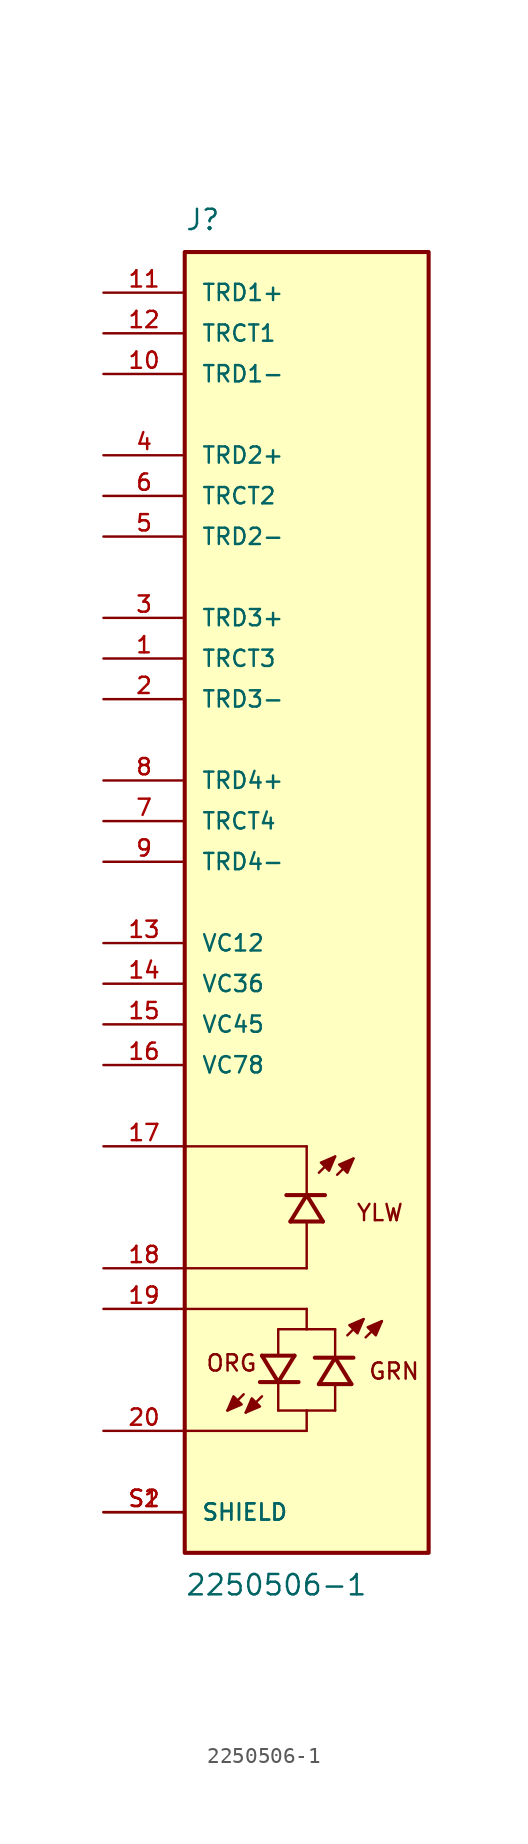
<source format=kicad_sym>
(kicad_symbol_lib
  (version 20211014)
  (generator kicad_symbol_editor)
  (symbol "2250506-1"
    (pin_names
      (offset 1.016))
    (property "Reference" "J"
      (at -7.62 41.91 0)
      (effects (font (size 1.27 1.27)) (justify bottom left)))
    (property "Value" "2250506-1"
      (at -7.62 -41.91 0)
      (effects (font (size 1.27 1.27)) (justify top left)))
    (symbol "2250506-1_0_0"
      (polyline (pts (xy 0.762 -16.891) (xy 1.778 -15.875)) (stroke (width 0.152)))
      (polyline (pts (xy 1.905 -17.018) (xy 2.921 -16.002)) (stroke (width 0.152)))
      (polyline (pts (xy 1.778 -15.875) (xy 0.889 -16.256) (xy 1.397 -16.764) (xy 1.778 -15.875)) (stroke (width 0.152)) (fill (type outline)))
      (polyline (pts (xy 2.921 -16.002) (xy 2.032 -16.383) (xy 2.54 -16.891) (xy 2.921 -16.002)) (stroke (width 0.152)) (fill (type outline)))
      (polyline (pts (xy 1.016 -19.939) (xy 0.0 -18.288)) (stroke (width 0.254)))
      (polyline (pts (xy 0.0 -18.288) (xy -1.016 -19.939)) (stroke (width 0.254)))
      (polyline (pts (xy 1.143 -18.288) (xy 0.0 -18.288)) (stroke (width 0.254)))
      (polyline (pts (xy 0.0 -18.288) (xy -1.27 -18.288)) (stroke (width 0.254)))
      (polyline (pts (xy 1.016 -19.939) (xy -1.016 -19.939)) (stroke (width 0.254)))
      (polyline (pts (xy 0.0 -22.86) (xy 0.0 -20.066)) (stroke (width 0.152)))
      (polyline (pts (xy 0.0 -18.161) (xy 0.0 -15.24)) (stroke (width 0.152)))
      (polyline (pts (xy 0.0 -15.24) (xy -7.62 -15.24)) (stroke (width 0.152)))
      (polyline (pts (xy 0.0 -22.86) (xy -7.62 -22.86)) (stroke (width 0.152)))
      (text "YLW" (at 3.048 -18.796 0) (effects (font (size 1.016 1.016)) (justify top left)))
      (polyline (pts (xy 0.0 -25.4) (xy -7.62 -25.4)) (stroke (width 0.152)))
      (polyline (pts (xy 0.0 -33.02) (xy -7.62 -33.02)) (stroke (width 0.152)))
      (polyline (pts (xy -2.794 -28.321) (xy -1.778 -29.972)) (stroke (width 0.254)))
      (polyline (pts (xy -1.778 -29.972) (xy -0.762 -28.321)) (stroke (width 0.254)))
      (polyline (pts (xy -2.921 -29.972) (xy -1.778 -29.972)) (stroke (width 0.254)))
      (polyline (pts (xy -1.778 -29.972) (xy -0.508 -29.972)) (stroke (width 0.254)))
      (polyline (pts (xy -2.794 -28.321) (xy -0.762 -28.321)) (stroke (width 0.254)))
      (polyline (pts (xy 2.54 -27.051) (xy 3.556 -26.035)) (stroke (width 0.152)))
      (polyline (pts (xy 3.683 -27.178) (xy 4.699 -26.162)) (stroke (width 0.152)))
      (polyline (pts (xy -1.778 -26.67) (xy -1.778 -28.194)) (stroke (width 0.152)))
      (polyline (pts (xy -1.778 -30.099) (xy -1.778 -31.75)) (stroke (width 0.152)))
      (polyline (pts (xy -2.794 -30.861) (xy -3.81 -31.877)) (stroke (width 0.152)))
      (polyline (pts (xy -3.937 -30.734) (xy -4.953 -31.75)) (stroke (width 0.152)))
      (polyline (pts (xy 3.556 -26.035) (xy 2.667 -26.416) (xy 3.175 -26.924) (xy 3.556 -26.035)) (stroke (width 0.152)) (fill (type outline)))
      (polyline (pts (xy 4.699 -26.162) (xy 3.81 -26.543) (xy 4.318 -27.051) (xy 4.699 -26.162)) (stroke (width 0.152)) (fill (type outline)))
      (polyline (pts (xy -3.81 -31.877) (xy -2.921 -31.496) (xy -3.429 -30.988) (xy -3.81 -31.877)) (stroke (width 0.152)) (fill (type outline)))
      (polyline (pts (xy -4.953 -31.75) (xy -4.064 -31.369) (xy -4.572 -30.861) (xy -4.953 -31.75)) (stroke (width 0.152)) (fill (type outline)))
      (polyline (pts (xy 2.794 -30.099) (xy 1.778 -28.448)) (stroke (width 0.254)))
      (polyline (pts (xy 1.778 -28.448) (xy 0.762 -30.099)) (stroke (width 0.254)))
      (polyline (pts (xy 2.921 -28.448) (xy 1.778 -28.448)) (stroke (width 0.254)))
      (polyline (pts (xy 1.778 -28.448) (xy 0.508 -28.448)) (stroke (width 0.254)))
      (polyline (pts (xy 2.794 -30.099) (xy 0.762 -30.099)) (stroke (width 0.254)))
      (polyline (pts (xy 1.778 -31.75) (xy 1.778 -30.226)) (stroke (width 0.152)))
      (polyline (pts (xy 1.778 -28.321) (xy 1.778 -26.67)) (stroke (width 0.152)))
      (polyline (pts (xy -1.778 -26.67) (xy 0.0 -26.67)) (stroke (width 0.152)))
      (polyline (pts (xy 0.0 -26.67) (xy 1.778 -26.67)) (stroke (width 0.152)))
      (polyline (pts (xy -1.778 -31.75) (xy 0.0 -31.75)) (stroke (width 0.152)))
      (polyline (pts (xy 0.0 -31.75) (xy 1.778 -31.75)) (stroke (width 0.152)))
      (polyline (pts (xy 0.0 -26.67) (xy 0.0 -25.4)) (stroke (width 0.152)))
      (polyline (pts (xy 0.0 -31.75) (xy 0.0 -33.02)) (stroke (width 0.152)))
      (text "ORG" (at -6.35 -28.194 0) (effects (font (size 1.016 1.016)) (justify top left)))
      (text "GRN" (at 3.81 -28.702 0) (effects (font (size 1.016 1.016)) (justify top left)))
      (rectangle (start -7.62 -40.64) (end 7.62 40.64) (stroke (width 0.254)) (fill (type background)))
      (pin passive line (at -12.7 33.02 0) (length 5.08) (name "TRD1-" (effects (font (size 1.016 1.016)))) (number "10" (effects (font (size 1.016 1.016)))))
      (pin passive line (at -12.7 38.1 0) (length 5.08) (name "TRD1+" (effects (font (size 1.016 1.016)))) (number "11" (effects (font (size 1.016 1.016)))))
      (pin passive line (at -12.7 22.86 0) (length 5.08) (name "TRD2-" (effects (font (size 1.016 1.016)))) (number "5" (effects (font (size 1.016 1.016)))))
      (pin passive line (at -12.7 27.94 0) (length 5.08) (name "TRD2+" (effects (font (size 1.016 1.016)))) (number "4" (effects (font (size 1.016 1.016)))))
      (pin passive line (at -12.7 12.7 0) (length 5.08) (name "TRD3-" (effects (font (size 1.016 1.016)))) (number "2" (effects (font (size 1.016 1.016)))))
      (pin passive line (at -12.7 17.78 0) (length 5.08) (name "TRD3+" (effects (font (size 1.016 1.016)))) (number "3" (effects (font (size 1.016 1.016)))))
      (pin passive line (at -12.7 2.54 0) (length 5.08) (name "TRD4-" (effects (font (size 1.016 1.016)))) (number "9" (effects (font (size 1.016 1.016)))))
      (pin passive line (at -12.7 7.62 0) (length 5.08) (name "TRD4+" (effects (font (size 1.016 1.016)))) (number "8" (effects (font (size 1.016 1.016)))))
      (pin passive line (at -12.7 -22.86 0) (length 5.08) (name "~" (effects (font (size 1.016 1.016)))) (number "18" (effects (font (size 1.016 1.016)))))
      (pin passive line (at -12.7 -15.24 0) (length 5.08) (name "~" (effects (font (size 1.016 1.016)))) (number "17" (effects (font (size 1.016 1.016)))))
      (pin passive line (at -12.7 35.56 0) (length 5.08) (name "TRCT1" (effects (font (size 1.016 1.016)))) (number "12" (effects (font (size 1.016 1.016)))))
      (pin passive line (at -12.7 -38.1 0) (length 5.08) (name "SHIELD" (effects (font (size 1.016 1.016)))) (number "S1" (effects (font (size 1.016 1.016)))))
      (pin passive line (at -12.7 -38.1 0) (length 5.08) (name "SHIELD" (effects (font (size 1.016 1.016)))) (number "S2" (effects (font (size 1.016 1.016)))))
      (pin passive line (at -12.7 25.4 0) (length 5.08) (name "TRCT2" (effects (font (size 1.016 1.016)))) (number "6" (effects (font (size 1.016 1.016)))))
      (pin passive line (at -12.7 15.24 0) (length 5.08) (name "TRCT3" (effects (font (size 1.016 1.016)))) (number "1" (effects (font (size 1.016 1.016)))))
      (pin passive line (at -12.7 5.08 0) (length 5.08) (name "TRCT4" (effects (font (size 1.016 1.016)))) (number "7" (effects (font (size 1.016 1.016)))))
      (pin passive line (at -12.7 -33.02 0) (length 5.08) (name "~" (effects (font (size 1.016 1.016)))) (number "20" (effects (font (size 1.016 1.016)))))
      (pin passive line (at -12.7 -25.4 0) (length 5.08) (name "~" (effects (font (size 1.016 1.016)))) (number "19" (effects (font (size 1.016 1.016)))))
      (pin passive line (at -12.7 -2.54 0) (length 5.08) (name "VC12" (effects (font (size 1.016 1.016)))) (number "13" (effects (font (size 1.016 1.016)))))
      (pin passive line (at -12.7 -5.08 0) (length 5.08) (name "VC36" (effects (font (size 1.016 1.016)))) (number "14" (effects (font (size 1.016 1.016)))))
      (pin passive line (at -12.7 -7.62 0) (length 5.08) (name "VC45" (effects (font (size 1.016 1.016)))) (number "15" (effects (font (size 1.016 1.016)))))
      (pin passive line (at -12.7 -10.16 0) (length 5.08) (name "VC78" (effects (font (size 1.016 1.016)))) (number "16" (effects (font (size 1.016 1.016))))))))
</source>
